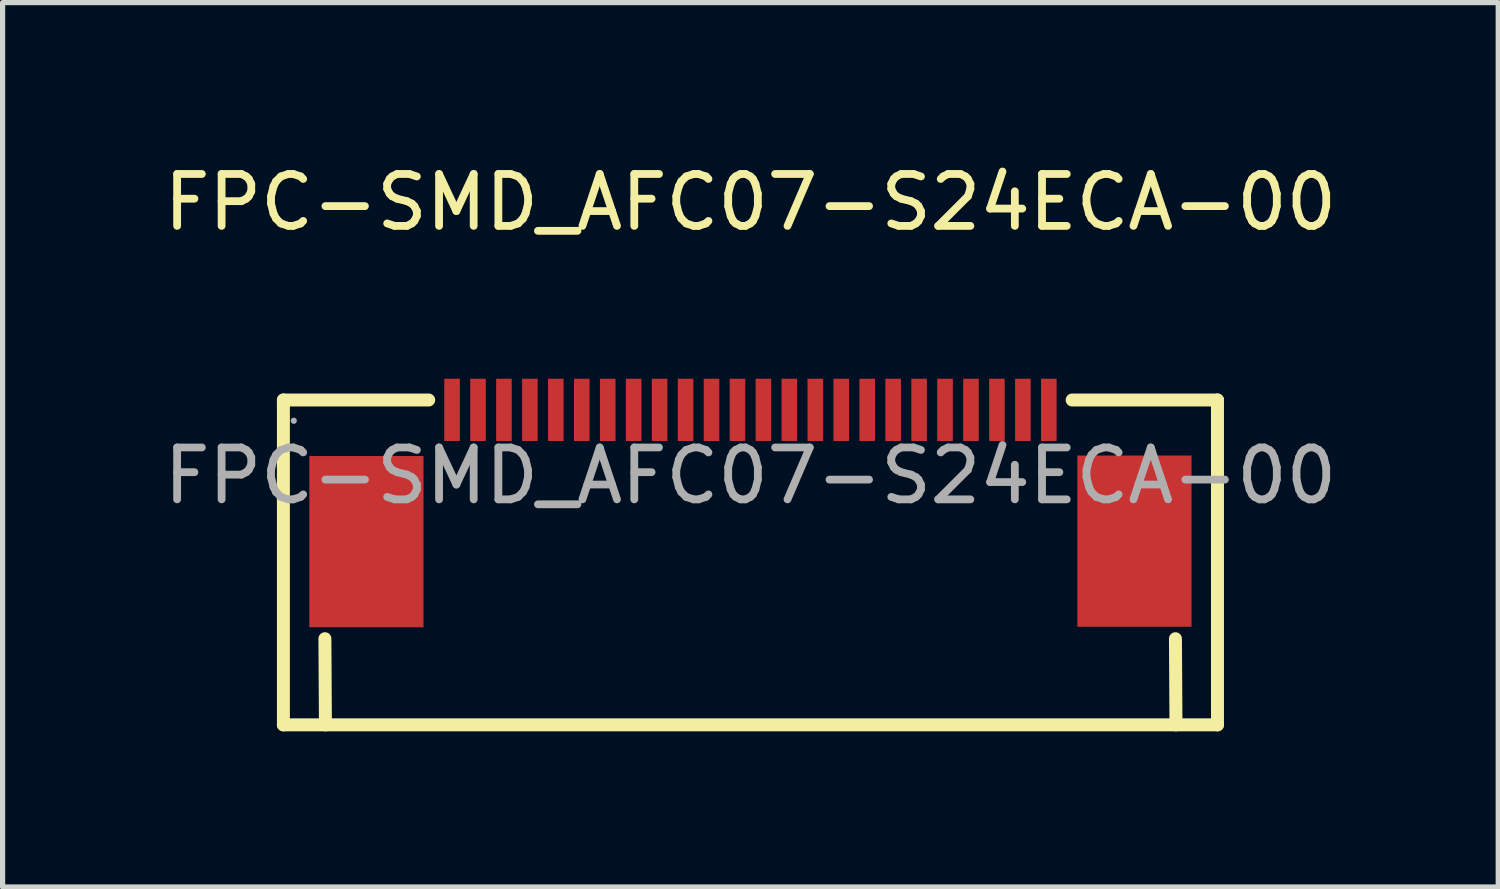
<source format=kicad_pcb>
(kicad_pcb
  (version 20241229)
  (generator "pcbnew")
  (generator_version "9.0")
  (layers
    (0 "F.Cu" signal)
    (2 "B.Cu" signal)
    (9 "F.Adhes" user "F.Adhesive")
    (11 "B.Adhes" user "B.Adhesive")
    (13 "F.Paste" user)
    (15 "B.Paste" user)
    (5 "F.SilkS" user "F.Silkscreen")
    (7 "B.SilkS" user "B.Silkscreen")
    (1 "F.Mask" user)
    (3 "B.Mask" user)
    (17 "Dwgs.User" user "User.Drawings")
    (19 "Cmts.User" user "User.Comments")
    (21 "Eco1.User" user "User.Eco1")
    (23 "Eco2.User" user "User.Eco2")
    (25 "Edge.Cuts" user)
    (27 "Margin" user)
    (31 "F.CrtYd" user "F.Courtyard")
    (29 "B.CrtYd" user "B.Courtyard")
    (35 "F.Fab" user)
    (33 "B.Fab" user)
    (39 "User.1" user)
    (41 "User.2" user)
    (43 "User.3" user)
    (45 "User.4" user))
  (footprint "FPC-SMD_AFC07-S24ECA-00"
    (layer "F.Cu")
    (at 11.411 6.118)
    (property "Reference" "FPC-SMD_AFC07-S24ECA-00" (at 0 -5.27 0) (layer "F.SilkS") (effects (font (size 1 1) (thickness 0.15))))
    (attr smd)
    (fp_line (start -9 -1.46) (end -6.2 -1.46) (stroke (width 0.25) (type solid)) (layer "F.SilkS"))
    (fp_line (start -9 4.8) (end -9 -1.46) (stroke (width 0.25) (type solid)) (layer "F.SilkS"))
    (fp_line (start -9 4.8) (end 9 4.8) (stroke (width 0.25) (type solid)) (layer "F.SilkS"))
    (fp_line (start -8.19 4.8) (end -8.2 3.14) (stroke (width 0.25) (type solid)) (layer "F.SilkS"))
    (fp_line (start 6.2 -1.46) (end 9 -1.46) (stroke (width 0.25) (type solid)) (layer "F.SilkS"))
    (fp_line (start 8.19 3.14) (end 8.2 4.8) (stroke (width 0.25) (type solid)) (layer "F.SilkS"))
    (fp_line (start 9 -1.46) (end 9 4.8) (stroke (width 0.25) (type solid)) (layer "F.SilkS"))
    (fp_circle (center -8.8 -1.06) (end -8.77 -1.06) (stroke (width 0.06) (type solid)) (fill no) (layer "F.Fab"))
    (fp_text user "${REFERENCE}" (at 0 0 0) (layer "F.Fab") (effects (font (size 1 1) (thickness 0.15))))
    (pad "1" smd rect (at -5.75 -1.27 180) (size 0.3 1.2) (layers "F.Cu" "F.Mask" "F.Paste"))
    (pad "2" smd rect (at -5.25 -1.27 180) (size 0.3 1.2) (layers "F.Cu" "F.Mask" "F.Paste"))
    (pad "3" smd rect (at -4.75 -1.27 180) (size 0.3 1.2) (layers "F.Cu" "F.Mask" "F.Paste"))
    (pad "4" smd rect (at -4.25 -1.27 180) (size 0.3 1.2) (layers "F.Cu" "F.Mask" "F.Paste"))
    (pad "5" smd rect (at -3.75 -1.27 180) (size 0.3 1.2) (layers "F.Cu" "F.Mask" "F.Paste"))
    (pad "6" smd rect (at -3.25 -1.27 180) (size 0.3 1.2) (layers "F.Cu" "F.Mask" "F.Paste"))
    (pad "7" smd rect (at -2.75 -1.27 180) (size 0.3 1.2) (layers "F.Cu" "F.Mask" "F.Paste"))
    (pad "8" smd rect (at -2.25 -1.27 180) (size 0.3 1.2) (layers "F.Cu" "F.Mask" "F.Paste"))
    (pad "9" smd rect (at -1.75 -1.27 180) (size 0.3 1.2) (layers "F.Cu" "F.Mask" "F.Paste"))
    (pad "10" smd rect (at -1.25 -1.27 180) (size 0.3 1.2) (layers "F.Cu" "F.Mask" "F.Paste"))
    (pad "11" smd rect (at -0.75 -1.27 180) (size 0.3 1.2) (layers "F.Cu" "F.Mask" "F.Paste"))
    (pad "12" smd rect (at -0.25 -1.27 180) (size 0.3 1.2) (layers "F.Cu" "F.Mask" "F.Paste"))
    (pad "13" smd rect (at 0.25 -1.27 180) (size 0.3 1.2) (layers "F.Cu" "F.Mask" "F.Paste"))
    (pad "14" smd rect (at 0.75 -1.27 180) (size 0.3 1.2) (layers "F.Cu" "F.Mask" "F.Paste"))
    (pad "15" smd rect (at 1.25 -1.27 180) (size 0.3 1.2) (layers "F.Cu" "F.Mask" "F.Paste"))
    (pad "16" smd rect (at 1.75 -1.27 180) (size 0.3 1.2) (layers "F.Cu" "F.Mask" "F.Paste"))
    (pad "17" smd rect (at 2.25 -1.27 180) (size 0.3 1.2) (layers "F.Cu" "F.Mask" "F.Paste"))
    (pad "18" smd rect (at 2.75 -1.27 180) (size 0.3 1.2) (layers "F.Cu" "F.Mask" "F.Paste"))
    (pad "19" smd rect (at 3.25 -1.27 180) (size 0.3 1.2) (layers "F.Cu" "F.Mask" "F.Paste"))
    (pad "20" smd rect (at 3.75 -1.27 180) (size 0.3 1.2) (layers "F.Cu" "F.Mask" "F.Paste"))
    (pad "21" smd rect (at 4.25 -1.27 180) (size 0.3 1.2) (layers "F.Cu" "F.Mask" "F.Paste"))
    (pad "22" smd rect (at 4.75 -1.27 180) (size 0.3 1.2) (layers "F.Cu" "F.Mask" "F.Paste"))
    (pad "23" smd rect (at 5.25 -1.27 180) (size 0.3 1.2) (layers "F.Cu" "F.Mask" "F.Paste"))
    (pad "24" smd rect (at 5.75 -1.27 180) (size 0.3 1.2) (layers "F.Cu" "F.Mask" "F.Paste"))
    (pad "25" smd rect (at -7.4 1.27) (size 2.2 3.3) (layers "F.Cu" "F.Mask" "F.Paste"))
    (pad "26" smd rect (at 7.4 1.26 180) (size 2.2 3.3) (layers "F.Cu" "F.Mask" "F.Paste")))
  (gr_rect
    (start -3 -3)
    (end 25.821 14.043)
    (stroke (width 0.1) (type default))
    (fill no)
    (layer "Edge.Cuts")))
</source>
